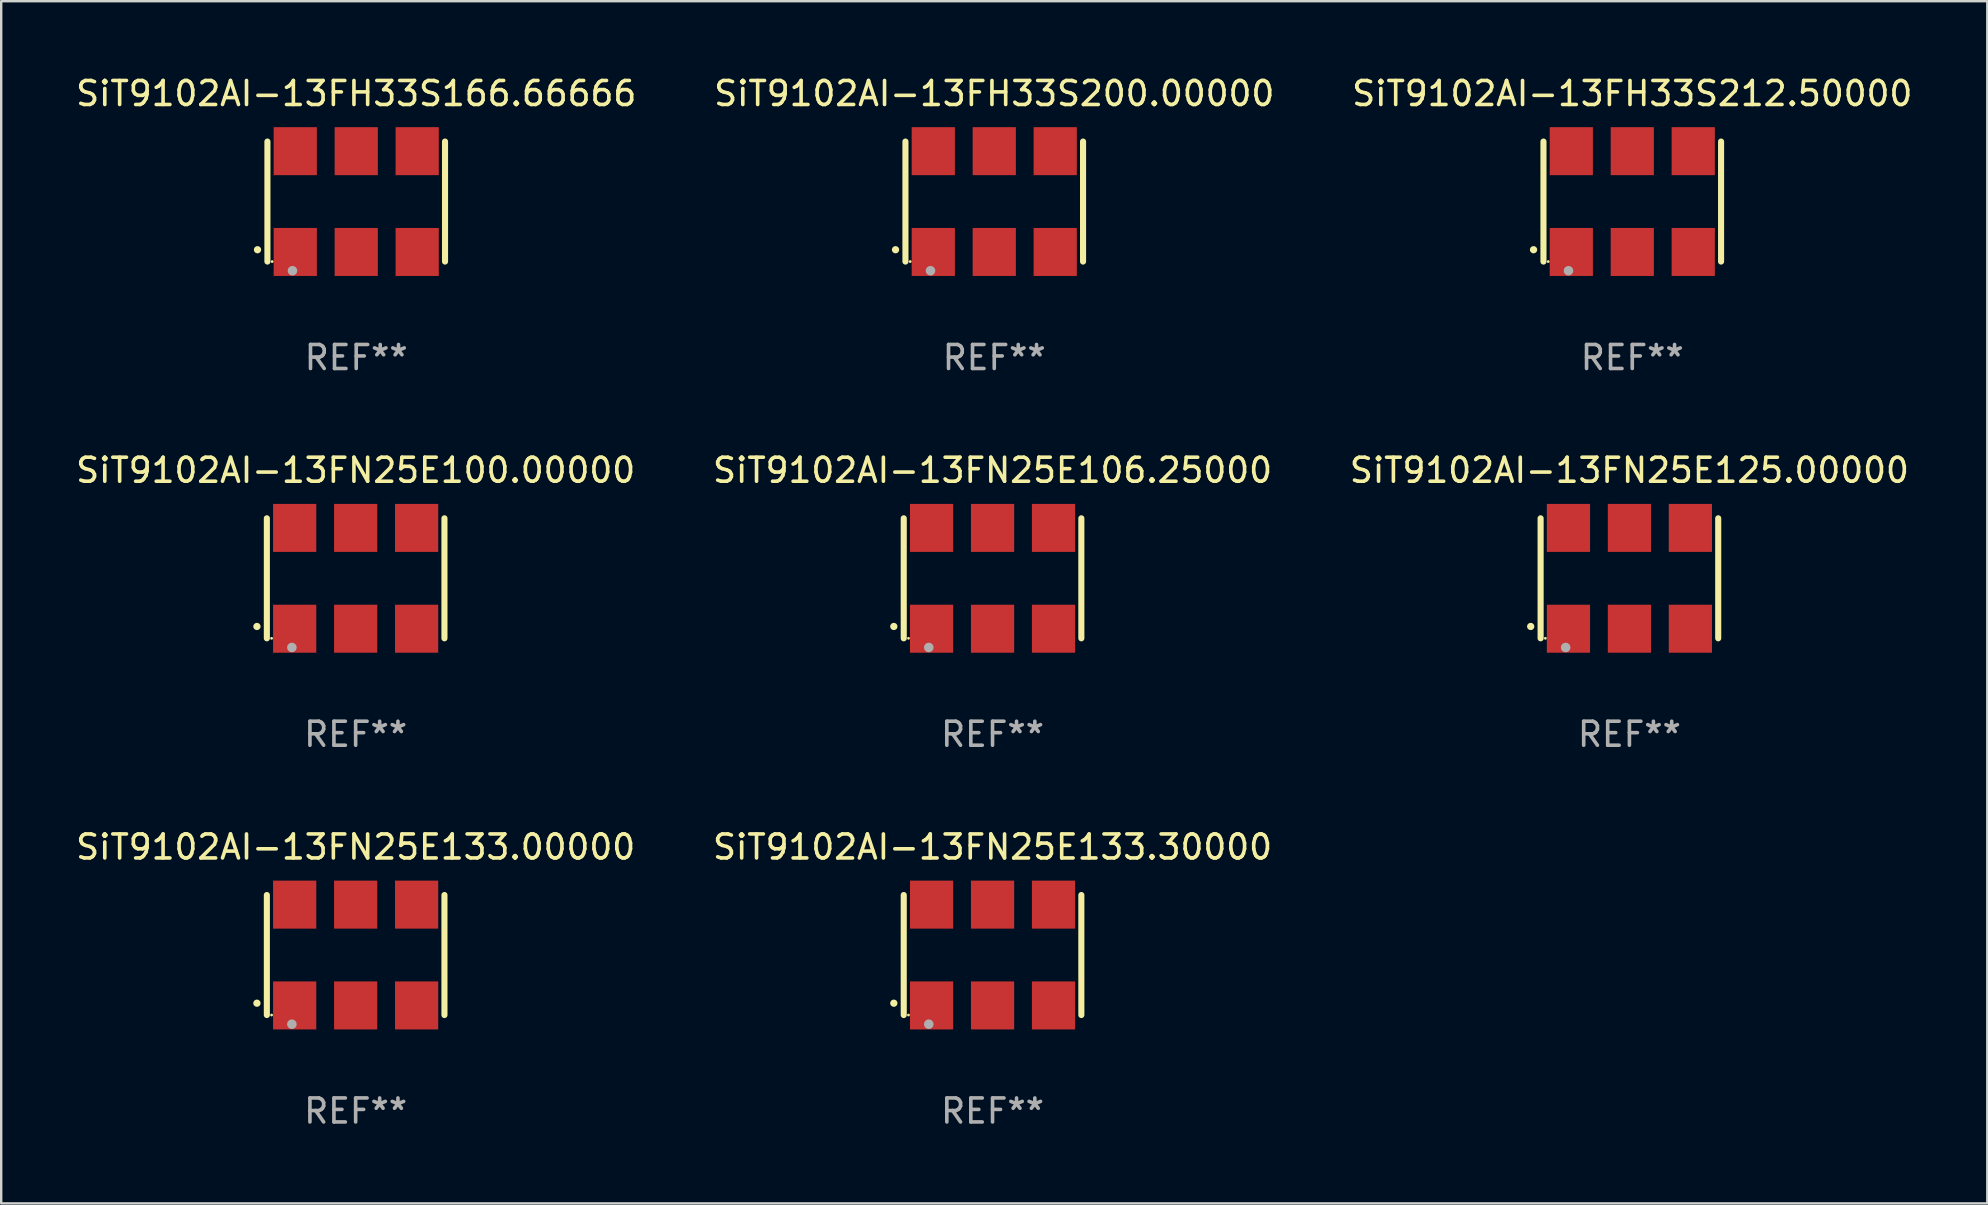
<source format=kicad_pcb>
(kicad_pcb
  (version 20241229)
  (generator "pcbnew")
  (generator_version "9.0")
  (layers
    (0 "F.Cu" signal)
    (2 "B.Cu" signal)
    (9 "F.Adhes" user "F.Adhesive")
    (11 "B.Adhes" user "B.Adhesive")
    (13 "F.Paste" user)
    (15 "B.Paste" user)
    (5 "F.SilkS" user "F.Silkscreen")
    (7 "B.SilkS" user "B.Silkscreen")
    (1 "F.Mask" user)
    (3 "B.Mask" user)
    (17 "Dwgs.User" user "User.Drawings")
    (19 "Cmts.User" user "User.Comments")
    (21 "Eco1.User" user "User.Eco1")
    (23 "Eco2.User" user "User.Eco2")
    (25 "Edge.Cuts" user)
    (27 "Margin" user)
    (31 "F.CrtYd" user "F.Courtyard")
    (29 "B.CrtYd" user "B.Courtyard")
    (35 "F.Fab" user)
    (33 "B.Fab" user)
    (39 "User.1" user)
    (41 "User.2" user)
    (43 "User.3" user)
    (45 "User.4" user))
  (footprint "SiT9102AI-13FH33S166.66666"
    (layer "F.Cu")
    (at 11.792 5.348)
    (property "Reference" "SiT9102AI-13FH33S166.66666" (at 0 -4.5 0) (layer "F.SilkS") (effects (font (size 1 1) (thickness 0.15))))
    (attr through_hole)
    (fp_line (start -3.7 -2.5) (end -3.7 2.5) (stroke (width 0.254) (type solid)) (layer "F.SilkS"))
    (fp_line (start 3.7 -2.5) (end 3.7 2.5) (stroke (width 0.254) (type solid)) (layer "F.SilkS"))
    (fp_arc (start -4.114415 2.006604) (mid -4.113145 2.006599) (end -4.111875 2.006604) (stroke (width 0.3) (type solid)) (layer "F.SilkS"))
    (fp_circle (center -3.502 2.5) (end -3.472 2.5) (stroke (width 0.06) (type solid)) (fill no) (layer "F.SilkS"))
    (fp_circle (center -2.657 2.882) (end -2.557 2.882) (stroke (width 0.2) (type solid)) (fill no) (layer "F.Fab"))
    (fp_text user "REF**" (at 0 6.5 0) (layer "F.Fab") (effects (font (size 1 1) (thickness 0.15))))
    (pad "1" smd rect (at -2.54 2.1) (size 1.8 2) (layers "F.Cu" "F.Mask" "F.Paste"))
    (pad "2" smd rect (at 0.000394 2.1) (size 1.8 2) (layers "F.Cu" "F.Mask" "F.Paste"))
    (pad "3" smd rect (at 2.54 2.1) (size 1.8 2) (layers "F.Cu" "F.Mask" "F.Paste"))
    (pad "4" smd rect (at 2.54 -2.1) (size 1.8 2) (layers "F.Cu" "F.Mask" "F.Paste"))
    (pad "5" smd rect (at 0.000394 -2.1) (size 1.8 2) (layers "F.Cu" "F.Mask" "F.Paste"))
    (pad "6" smd rect (at -2.54 -2.1) (size 1.8 2) (layers "F.Cu" "F.Mask" "F.Paste")))
  (footprint "SiT9102AI-13FN25E133.30000"
    (layer "F.Cu")
    (at 38.304 36.741)
    (property "Reference" "SiT9102AI-13FN25E133.30000" (at 0 -4.5 0) (layer "F.SilkS") (effects (font (size 1 1) (thickness 0.15))))
    (attr through_hole)
    (fp_line (start -3.7 -2.5) (end -3.7 2.5) (stroke (width 0.254) (type solid)) (layer "F.SilkS"))
    (fp_line (start 3.7 -2.5) (end 3.7 2.5) (stroke (width 0.254) (type solid)) (layer "F.SilkS"))
    (fp_arc (start -4.114415 2.006604) (mid -4.113145 2.006599) (end -4.111875 2.006604) (stroke (width 0.3) (type solid)) (layer "F.SilkS"))
    (fp_circle (center -3.502 2.5) (end -3.472 2.5) (stroke (width 0.06) (type solid)) (fill no) (layer "F.SilkS"))
    (fp_circle (center -2.657 2.882) (end -2.557 2.882) (stroke (width 0.2) (type solid)) (fill no) (layer "F.Fab"))
    (fp_text user "REF**" (at 0 6.5 0) (layer "F.Fab") (effects (font (size 1 1) (thickness 0.15))))
    (pad "1" smd rect (at -2.54 2.1) (size 1.8 2) (layers "F.Cu" "F.Mask" "F.Paste"))
    (pad "2" smd rect (at 0.000394 2.1) (size 1.8 2) (layers "F.Cu" "F.Mask" "F.Paste"))
    (pad "3" smd rect (at 2.54 2.1) (size 1.8 2) (layers "F.Cu" "F.Mask" "F.Paste"))
    (pad "4" smd rect (at 2.54 -2.1) (size 1.8 2) (layers "F.Cu" "F.Mask" "F.Paste"))
    (pad "5" smd rect (at 0.000394 -2.1) (size 1.8 2) (layers "F.Cu" "F.Mask" "F.Paste"))
    (pad "6" smd rect (at -2.54 -2.1) (size 1.8 2) (layers "F.Cu" "F.Mask" "F.Paste")))
  (footprint "SiT9102AI-13FN25E106.25000"
    (layer "F.Cu")
    (at 38.304 21.045)
    (property "Reference" "SiT9102AI-13FN25E106.25000" (at 0 -4.5 0) (layer "F.SilkS") (effects (font (size 1 1) (thickness 0.15))))
    (attr through_hole)
    (fp_line (start -3.7 -2.5) (end -3.7 2.5) (stroke (width 0.254) (type solid)) (layer "F.SilkS"))
    (fp_line (start 3.7 -2.5) (end 3.7 2.5) (stroke (width 0.254) (type solid)) (layer "F.SilkS"))
    (fp_arc (start -4.114415 2.006604) (mid -4.113145 2.006599) (end -4.111875 2.006604) (stroke (width 0.3) (type solid)) (layer "F.SilkS"))
    (fp_circle (center -3.502 2.5) (end -3.472 2.5) (stroke (width 0.06) (type solid)) (fill no) (layer "F.SilkS"))
    (fp_circle (center -2.657 2.882) (end -2.557 2.882) (stroke (width 0.2) (type solid)) (fill no) (layer "F.Fab"))
    (fp_text user "REF**" (at 0 6.5 0) (layer "F.Fab") (effects (font (size 1 1) (thickness 0.15))))
    (pad "1" smd rect (at -2.54 2.1) (size 1.8 2) (layers "F.Cu" "F.Mask" "F.Paste"))
    (pad "2" smd rect (at 0.000394 2.1) (size 1.8 2) (layers "F.Cu" "F.Mask" "F.Paste"))
    (pad "3" smd rect (at 2.54 2.1) (size 1.8 2) (layers "F.Cu" "F.Mask" "F.Paste"))
    (pad "4" smd rect (at 2.54 -2.1) (size 1.8 2) (layers "F.Cu" "F.Mask" "F.Paste"))
    (pad "5" smd rect (at 0.000394 -2.1) (size 1.8 2) (layers "F.Cu" "F.Mask" "F.Paste"))
    (pad "6" smd rect (at -2.54 -2.1) (size 1.8 2) (layers "F.Cu" "F.Mask" "F.Paste")))
  (footprint "SiT9102AI-13FN25E125.00000"
    (layer "F.Cu")
    (at 64.839 21.045)
    (property "Reference" "SiT9102AI-13FN25E125.00000" (at 0 -4.5 0) (layer "F.SilkS") (effects (font (size 1 1) (thickness 0.15))))
    (attr through_hole)
    (fp_line (start -3.7 -2.5) (end -3.7 2.5) (stroke (width 0.254) (type solid)) (layer "F.SilkS"))
    (fp_line (start 3.7 -2.5) (end 3.7 2.5) (stroke (width 0.254) (type solid)) (layer "F.SilkS"))
    (fp_arc (start -4.114415 2.006604) (mid -4.113145 2.006599) (end -4.111875 2.006604) (stroke (width 0.3) (type solid)) (layer "F.SilkS"))
    (fp_circle (center -3.502 2.5) (end -3.472 2.5) (stroke (width 0.06) (type solid)) (fill no) (layer "F.SilkS"))
    (fp_circle (center -2.657 2.882) (end -2.557 2.882) (stroke (width 0.2) (type solid)) (fill no) (layer "F.Fab"))
    (fp_text user "REF**" (at 0 6.5 0) (layer "F.Fab") (effects (font (size 1 1) (thickness 0.15))))
    (pad "1" smd rect (at -2.54 2.1) (size 1.8 2) (layers "F.Cu" "F.Mask" "F.Paste"))
    (pad "2" smd rect (at 0.000394 2.1) (size 1.8 2) (layers "F.Cu" "F.Mask" "F.Paste"))
    (pad "3" smd rect (at 2.54 2.1) (size 1.8 2) (layers "F.Cu" "F.Mask" "F.Paste"))
    (pad "4" smd rect (at 2.54 -2.1) (size 1.8 2) (layers "F.Cu" "F.Mask" "F.Paste"))
    (pad "5" smd rect (at 0.000394 -2.1) (size 1.8 2) (layers "F.Cu" "F.Mask" "F.Paste"))
    (pad "6" smd rect (at -2.54 -2.1) (size 1.8 2) (layers "F.Cu" "F.Mask" "F.Paste")))
  (footprint "SiT9102AI-13FH33S200.00000"
    (layer "F.Cu")
    (at 38.375 5.348)
    (property "Reference" "SiT9102AI-13FH33S200.00000" (at 0 -4.5 0) (layer "F.SilkS") (effects (font (size 1 1) (thickness 0.15))))
    (attr through_hole)
    (fp_line (start -3.7 -2.5) (end -3.7 2.5) (stroke (width 0.254) (type solid)) (layer "F.SilkS"))
    (fp_line (start 3.7 -2.5) (end 3.7 2.5) (stroke (width 0.254) (type solid)) (layer "F.SilkS"))
    (fp_arc (start -4.114415 2.006604) (mid -4.113145 2.006599) (end -4.111875 2.006604) (stroke (width 0.3) (type solid)) (layer "F.SilkS"))
    (fp_circle (center -3.502 2.5) (end -3.472 2.5) (stroke (width 0.06) (type solid)) (fill no) (layer "F.SilkS"))
    (fp_circle (center -2.657 2.882) (end -2.557 2.882) (stroke (width 0.2) (type solid)) (fill no) (layer "F.Fab"))
    (fp_text user "REF**" (at 0 6.5 0) (layer "F.Fab") (effects (font (size 1 1) (thickness 0.15))))
    (pad "1" smd rect (at -2.54 2.1) (size 1.8 2) (layers "F.Cu" "F.Mask" "F.Paste"))
    (pad "2" smd rect (at 0.000394 2.1) (size 1.8 2) (layers "F.Cu" "F.Mask" "F.Paste"))
    (pad "3" smd rect (at 2.54 2.1) (size 1.8 2) (layers "F.Cu" "F.Mask" "F.Paste"))
    (pad "4" smd rect (at 2.54 -2.1) (size 1.8 2) (layers "F.Cu" "F.Mask" "F.Paste"))
    (pad "5" smd rect (at 0.000394 -2.1) (size 1.8 2) (layers "F.Cu" "F.Mask" "F.Paste"))
    (pad "6" smd rect (at -2.54 -2.1) (size 1.8 2) (layers "F.Cu" "F.Mask" "F.Paste")))
  (footprint "SiT9102AI-13FN25E133.00000"
    (layer "F.Cu")
    (at 11.768 36.741)
    (property "Reference" "SiT9102AI-13FN25E133.00000" (at 0 -4.5 0) (layer "F.SilkS") (effects (font (size 1 1) (thickness 0.15))))
    (attr through_hole)
    (fp_line (start -3.7 -2.5) (end -3.7 2.5) (stroke (width 0.254) (type solid)) (layer "F.SilkS"))
    (fp_line (start 3.7 -2.5) (end 3.7 2.5) (stroke (width 0.254) (type solid)) (layer "F.SilkS"))
    (fp_arc (start -4.114415 2.006604) (mid -4.113145 2.006599) (end -4.111875 2.006604) (stroke (width 0.3) (type solid)) (layer "F.SilkS"))
    (fp_circle (center -3.502 2.5) (end -3.472 2.5) (stroke (width 0.06) (type solid)) (fill no) (layer "F.SilkS"))
    (fp_circle (center -2.657 2.882) (end -2.557 2.882) (stroke (width 0.2) (type solid)) (fill no) (layer "F.Fab"))
    (fp_text user "REF**" (at 0 6.5 0) (layer "F.Fab") (effects (font (size 1 1) (thickness 0.15))))
    (pad "1" smd rect (at -2.54 2.1) (size 1.8 2) (layers "F.Cu" "F.Mask" "F.Paste"))
    (pad "2" smd rect (at 0.000394 2.1) (size 1.8 2) (layers "F.Cu" "F.Mask" "F.Paste"))
    (pad "3" smd rect (at 2.54 2.1) (size 1.8 2) (layers "F.Cu" "F.Mask" "F.Paste"))
    (pad "4" smd rect (at 2.54 -2.1) (size 1.8 2) (layers "F.Cu" "F.Mask" "F.Paste"))
    (pad "5" smd rect (at 0.000394 -2.1) (size 1.8 2) (layers "F.Cu" "F.Mask" "F.Paste"))
    (pad "6" smd rect (at -2.54 -2.1) (size 1.8 2) (layers "F.Cu" "F.Mask" "F.Paste")))
  (footprint "SiT9102AI-13FN25E100.00000"
    (layer "F.Cu")
    (at 11.768 21.045)
    (property "Reference" "SiT9102AI-13FN25E100.00000" (at 0 -4.5 0) (layer "F.SilkS") (effects (font (size 1 1) (thickness 0.15))))
    (attr through_hole)
    (fp_line (start -3.7 -2.5) (end -3.7 2.5) (stroke (width 0.254) (type solid)) (layer "F.SilkS"))
    (fp_line (start 3.7 -2.5) (end 3.7 2.5) (stroke (width 0.254) (type solid)) (layer "F.SilkS"))
    (fp_arc (start -4.114415 2.006604) (mid -4.113145 2.006599) (end -4.111875 2.006604) (stroke (width 0.3) (type solid)) (layer "F.SilkS"))
    (fp_circle (center -3.502 2.5) (end -3.472 2.5) (stroke (width 0.06) (type solid)) (fill no) (layer "F.SilkS"))
    (fp_circle (center -2.657 2.882) (end -2.557 2.882) (stroke (width 0.2) (type solid)) (fill no) (layer "F.Fab"))
    (fp_text user "REF**" (at 0 6.5 0) (layer "F.Fab") (effects (font (size 1 1) (thickness 0.15))))
    (pad "1" smd rect (at -2.54 2.1) (size 1.8 2) (layers "F.Cu" "F.Mask" "F.Paste"))
    (pad "2" smd rect (at 0.000394 2.1) (size 1.8 2) (layers "F.Cu" "F.Mask" "F.Paste"))
    (pad "3" smd rect (at 2.54 2.1) (size 1.8 2) (layers "F.Cu" "F.Mask" "F.Paste"))
    (pad "4" smd rect (at 2.54 -2.1) (size 1.8 2) (layers "F.Cu" "F.Mask" "F.Paste"))
    (pad "5" smd rect (at 0.000394 -2.1) (size 1.8 2) (layers "F.Cu" "F.Mask" "F.Paste"))
    (pad "6" smd rect (at -2.54 -2.1) (size 1.8 2) (layers "F.Cu" "F.Mask" "F.Paste")))
  (footprint "SiT9102AI-13FH33S212.50000"
    (layer "F.Cu")
    (at 64.958 5.348)
    (property "Reference" "SiT9102AI-13FH33S212.50000" (at 0 -4.5 0) (layer "F.SilkS") (effects (font (size 1 1) (thickness 0.15))))
    (attr through_hole)
    (fp_line (start -3.7 -2.5) (end -3.7 2.5) (stroke (width 0.254) (type solid)) (layer "F.SilkS"))
    (fp_line (start 3.7 -2.5) (end 3.7 2.5) (stroke (width 0.254) (type solid)) (layer "F.SilkS"))
    (fp_arc (start -4.114415 2.006604) (mid -4.113145 2.006599) (end -4.111875 2.006604) (stroke (width 0.3) (type solid)) (layer "F.SilkS"))
    (fp_circle (center -3.502 2.5) (end -3.472 2.5) (stroke (width 0.06) (type solid)) (fill no) (layer "F.SilkS"))
    (fp_circle (center -2.657 2.882) (end -2.557 2.882) (stroke (width 0.2) (type solid)) (fill no) (layer "F.Fab"))
    (fp_text user "REF**" (at 0 6.5 0) (layer "F.Fab") (effects (font (size 1 1) (thickness 0.15))))
    (pad "1" smd rect (at -2.54 2.1) (size 1.8 2) (layers "F.Cu" "F.Mask" "F.Paste"))
    (pad "2" smd rect (at 0.000394 2.1) (size 1.8 2) (layers "F.Cu" "F.Mask" "F.Paste"))
    (pad "3" smd rect (at 2.54 2.1) (size 1.8 2) (layers "F.Cu" "F.Mask" "F.Paste"))
    (pad "4" smd rect (at 2.54 -2.1) (size 1.8 2) (layers "F.Cu" "F.Mask" "F.Paste"))
    (pad "5" smd rect (at 0.000394 -2.1) (size 1.8 2) (layers "F.Cu" "F.Mask" "F.Paste"))
    (pad "6" smd rect (at -2.54 -2.1) (size 1.8 2) (layers "F.Cu" "F.Mask" "F.Paste")))
  (gr_rect
    (start -3 -3)
    (end 79.75 47.09)
    (stroke (width 0.1) (type default))
    (fill no)
    (layer "Edge.Cuts")))
</source>
